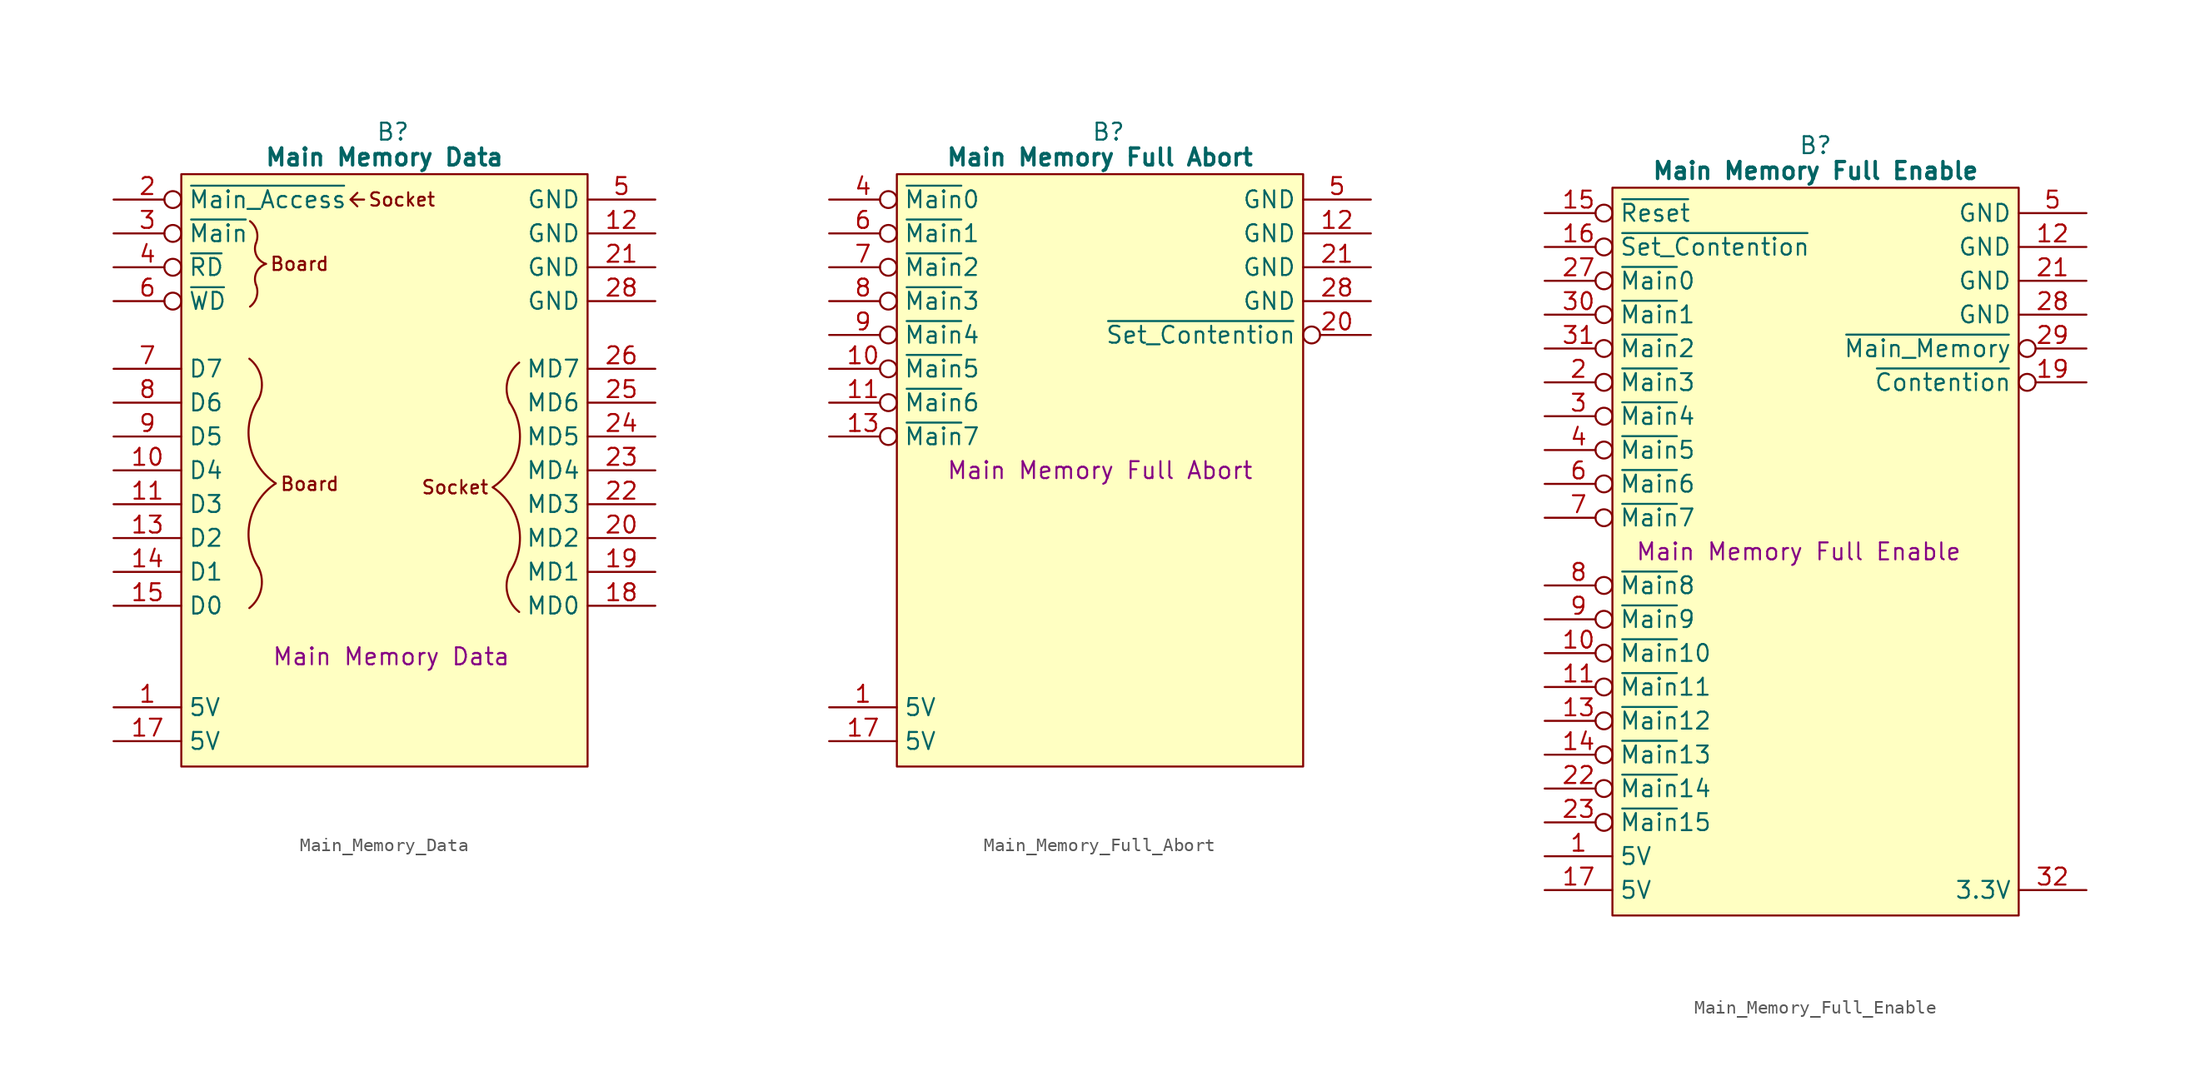
<source format=kicad_sym>
(kicad_symbol_lib
  (version 20241209)
  (generator "kicad_symbol_editor")
  (generator_version "9.0")
  (symbol "Main_Memory_Data"
    (property "Reference" "B"
      (at 15.875 5.08 0)
      (effects (font (size 1.27 1.27))))
    (property "Value" "Main Memory Data"
      (at 15.24 3.175 0)
      (effects (font (size 1.27 1.27) (bold yes))))
    (property "Description" "Main Memory Data"
      (at 15.748 -34.29 0)
      (effects (font (size 1.27 1.27))))
    (symbol "Main_Memory_Data_0_1"
      (polyline (pts (xy 0 1.905) (xy 30.48 1.905) (xy 30.48 -42.545) (xy 0 -42.545) (xy 0 1.905)) (stroke (width 0.152) (type default)) (fill (type background))))
    (symbol "Main_Memory_Data_1_0"
      (pin no_connect line (at 35.56 -40.64 180) (length 5.08) (hide yes) (name "N.C." (effects (font (size 1.27 1.27)))) (number "32" (effects (font (size 1.27 1.27))))))
    (symbol "Main_Memory_Data_1_1"
      (arc (start 5.814 -27.648) (mid 5.981 -29.2753) (end 5.103 -30.6554) (stroke (width 0) (type default)) (fill (type none)))
      (arc (start 5.103 -11.9406) (mid 5.9817 -13.3206) (end 5.814 -14.948) (stroke (width 0) (type default)) (fill (type none)))
      (arc (start 5.588 -6.35) (mid 5.6638 -7.2679) (end 5.154 -8.035) (stroke (width 0) (type default)) (fill (type none)))
      (arc (start 5.153 -1.618) (mid 5.6636 -2.3843) (end 5.588 -3.302) (stroke (width 0) (type default)) (fill (type none)))
      (arc (start 6.35 -4.826) (mid 5.6528 -4.2221) (end 5.588 -3.302) (stroke (width 0) (type default)) (fill (type none)))
      (arc (start 5.588 -6.35) (mid 5.6539 -5.4309) (end 6.35 -4.826) (stroke (width 0) (type default)) (fill (type none)))
      (arc (start 7.084 -21.298) (mid 5.1339 -18.386) (end 5.814 -14.948) (stroke (width 0) (type default)) (fill (type none)))
      (arc (start 5.814 -27.648) (mid 5.1339 -24.21) (end 7.084 -21.298) (stroke (width 0) (type default)) (fill (type none)))
      (polyline (pts (xy 12.7 0) (xy 13.208 -0.508)) (stroke (width 0) (type default)) (fill (type none)))
      (polyline (pts (xy 13.716 0) (xy 12.7 0) (xy 13.208 0.508)) (stroke (width 0) (type default)) (fill (type none)))
      (arc (start 24.6381 -15.24) (mid 25.3182 -18.678) (end 23.3681 -21.59) (stroke (width 0) (type default)) (fill (type none)))
      (arc (start 23.3681 -21.59) (mid 25.3182 -24.502) (end 24.6381 -27.94) (stroke (width 0) (type default)) (fill (type none)))
      (arc (start 25.3491 -30.9474) (mid 24.4703 -29.5674) (end 24.6381 -27.94) (stroke (width 0) (type default)) (fill (type none)))
      (arc (start 24.6381 -15.24) (mid 24.4737 -13.614) (end 25.3491 -12.2326) (stroke (width 0) (type default)) (fill (type none)))
      (text "Board" (at 6.604 -4.826 0) (effects (font (size 1 1)) (justify left)))
      (text "Board" (at 7.366 -21.336 0) (effects (font (size 1 1)) (justify left)))
      (text "Socket" (at 13.97 0 0) (effects (font (size 1 1)) (justify left)))
      (text "Socket" (at 23.114 -21.59 0) (effects (font (size 1 1)) (justify right)))
      (pin input inverted (at -5.08 0 0) (length 5.08) (name "~{Main_Access}" (effects (font (size 1.27 1.27)))) (number "2" (effects (font (size 1.27 1.27)))))
      (pin input inverted (at -5.08 -2.54 0) (length 5.08) (name "~{Main}" (effects (font (size 1.27 1.27)))) (number "3" (effects (font (size 1.27 1.27)))))
      (pin input inverted (at -5.08 -5.08 0) (length 5.08) (name "~{RD}" (effects (font (size 1.27 1.27)))) (number "4" (effects (font (size 1.27 1.27)))))
      (pin input inverted (at -5.08 -7.62 0) (length 5.08) (name "~{WD}" (effects (font (size 1.27 1.27)))) (number "6" (effects (font (size 1.27 1.27)))))
      (pin tri_state line (at -5.08 -12.7 0) (length 5.08) (name "D7" (effects (font (size 1.27 1.27)))) (number "7" (effects (font (size 1.27 1.27)))))
      (pin tri_state line (at -5.08 -15.24 0) (length 5.08) (name "D6" (effects (font (size 1.27 1.27)))) (number "8" (effects (font (size 1.27 1.27)))))
      (pin tri_state line (at -5.08 -17.78 0) (length 5.08) (name "D5" (effects (font (size 1.27 1.27)))) (number "9" (effects (font (size 1.27 1.27)))))
      (pin tri_state line (at -5.08 -20.32 0) (length 5.08) (name "D4" (effects (font (size 1.27 1.27)))) (number "10" (effects (font (size 1.27 1.27)))))
      (pin tri_state line (at -5.08 -22.86 0) (length 5.08) (name "D3" (effects (font (size 1.27 1.27)))) (number "11" (effects (font (size 1.27 1.27)))))
      (pin tri_state line (at -5.08 -25.4 0) (length 5.08) (name "D2" (effects (font (size 1.27 1.27)))) (number "13" (effects (font (size 1.27 1.27)))))
      (pin tri_state line (at -5.08 -27.94 0) (length 5.08) (name "D1" (effects (font (size 1.27 1.27)))) (number "14" (effects (font (size 1.27 1.27)))))
      (pin tri_state line (at -5.08 -30.48 0) (length 5.08) (name "D0" (effects (font (size 1.27 1.27)))) (number "15" (effects (font (size 1.27 1.27)))))
      (pin no_connect line (at -5.08 -33.02 0) (length 5.08) (hide yes) (name "N.C." (effects (font (size 1.27 1.27)))) (number "16" (effects (font (size 1.27 1.27)))))
      (pin no_connect line (at -5.08 -35.56 0) (length 5.08) (hide yes) (name "N.C." (effects (font (size 1.27 1.27)))) (number "27" (effects (font (size 1.27 1.27)))))
      (pin passive line (at -5.08 -38.1 0) (length 5.08) (name "5V" (effects (font (size 1.27 1.27)))) (number "1" (effects (font (size 1.27 1.27)))))
      (pin passive line (at -5.08 -40.64 0) (length 5.08) (name "5V" (effects (font (size 1.27 1.27)))) (number "17" (effects (font (size 1.27 1.27)))))
      (pin passive line (at 35.56 0 180) (length 5.08) (name "GND" (effects (font (size 1.27 1.27)))) (number "5" (effects (font (size 1.27 1.27)))))
      (pin passive line (at 35.56 -2.54 180) (length 5.08) (name "GND" (effects (font (size 1.27 1.27)))) (number "12" (effects (font (size 1.27 1.27)))))
      (pin passive line (at 35.56 -5.08 180) (length 5.08) (name "GND" (effects (font (size 1.27 1.27)))) (number "21" (effects (font (size 1.27 1.27)))))
      (pin passive line (at 35.56 -7.62 180) (length 5.08) (name "GND" (effects (font (size 1.27 1.27)))) (number "28" (effects (font (size 1.27 1.27)))))
      (pin tri_state line (at 35.56 -12.7 180) (length 5.08) (name "MD7" (effects (font (size 1.27 1.27)))) (number "26" (effects (font (size 1.27 1.27)))))
      (pin tri_state line (at 35.56 -15.24 180) (length 5.08) (name "MD6" (effects (font (size 1.27 1.27)))) (number "25" (effects (font (size 1.27 1.27)))))
      (pin tri_state line (at 35.56 -17.78 180) (length 5.08) (name "MD5" (effects (font (size 1.27 1.27)))) (number "24" (effects (font (size 1.27 1.27)))))
      (pin tri_state line (at 35.56 -20.32 180) (length 5.08) (name "MD4" (effects (font (size 1.27 1.27)))) (number "23" (effects (font (size 1.27 1.27)))))
      (pin tri_state line (at 35.56 -22.86 180) (length 5.08) (name "MD3" (effects (font (size 1.27 1.27)))) (number "22" (effects (font (size 1.27 1.27)))))
      (pin tri_state line (at 35.56 -25.4 180) (length 5.08) (name "MD2" (effects (font (size 1.27 1.27)))) (number "20" (effects (font (size 1.27 1.27)))))
      (pin tri_state line (at 35.56 -27.94 180) (length 5.08) (name "MD1" (effects (font (size 1.27 1.27)))) (number "19" (effects (font (size 1.27 1.27)))))
      (pin tri_state line (at 35.56 -30.48 180) (length 5.08) (name "MD0" (effects (font (size 1.27 1.27)))) (number "18" (effects (font (size 1.27 1.27)))))
      (pin no_connect line (at 35.56 -33.02 180) (length 5.08) (hide yes) (name "N.C." (effects (font (size 1.27 1.27)))) (number "29" (effects (font (size 1.27 1.27)))))
      (pin no_connect line (at 35.56 -35.56 180) (length 5.08) (hide yes) (name "N.C." (effects (font (size 1.27 1.27)))) (number "30" (effects (font (size 1.27 1.27)))))
      (pin no_connect line (at 35.56 -38.1 180) (length 5.08) (hide yes) (name "N.C." (effects (font (size 1.27 1.27)))) (number "31" (effects (font (size 1.27 1.27)))))))
  (symbol "Main_Memory_Full_Abort"
    (property "Reference" "B"
      (at 15.875 5.08 0)
      (effects (font (size 1.27 1.27))))
    (property "Value" "Main Memory Full Abort"
      (at 15.24 3.175 0)
      (effects (font (size 1.27 1.27) (bold yes))))
    (property "Description" "Main Memory Full Abort"
      (at 15.24 -20.32 0)
      (effects (font (size 1.27 1.27))))
    (symbol "Main_Memory_Full_Abort_0_1"
      (polyline (pts (xy 0 1.905) (xy 30.48 1.905) (xy 30.48 -42.545) (xy 0 -42.545) (xy 0 1.905)) (stroke (width 0.152) (type default)) (fill (type background))))
    (symbol "Main_Memory_Full_Abort_1_0"
      (pin no_connect line (at 35.56 -38.1 180) (length 5.08) (hide yes) (name "N.C." (effects (font (size 1.27 1.27)))) (number "32" (effects (font (size 1.27 1.27))))))
    (symbol "Main_Memory_Full_Abort_1_1"
      (pin input inverted (at -5.08 0 0) (length 5.08) (name "~{Main}0" (effects (font (size 1.27 1.27)))) (number "4" (effects (font (size 1.27 1.27)))))
      (pin input inverted (at -5.08 -2.54 0) (length 5.08) (name "~{Main}1" (effects (font (size 1.27 1.27)))) (number "6" (effects (font (size 1.27 1.27)))))
      (pin input inverted (at -5.08 -5.08 0) (length 5.08) (name "~{Main}2" (effects (font (size 1.27 1.27)))) (number "7" (effects (font (size 1.27 1.27)))))
      (pin input inverted (at -5.08 -7.62 0) (length 5.08) (name "~{Main}3" (effects (font (size 1.27 1.27)))) (number "8" (effects (font (size 1.27 1.27)))))
      (pin input inverted (at -5.08 -10.16 0) (length 5.08) (name "~{Main}4" (effects (font (size 1.27 1.27)))) (number "9" (effects (font (size 1.27 1.27)))))
      (pin input inverted (at -5.08 -12.7 0) (length 5.08) (name "~{Main}5" (effects (font (size 1.27 1.27)))) (number "10" (effects (font (size 1.27 1.27)))))
      (pin input inverted (at -5.08 -15.24 0) (length 5.08) (name "~{Main}6" (effects (font (size 1.27 1.27)))) (number "11" (effects (font (size 1.27 1.27)))))
      (pin input inverted (at -5.08 -17.78 0) (length 5.08) (name "~{Main}7" (effects (font (size 1.27 1.27)))) (number "13" (effects (font (size 1.27 1.27)))))
      (pin no_connect line (at -5.08 -22.86 0) (length 5.08) (hide yes) (name "N.C." (effects (font (size 1.27 1.27)))) (number "2" (effects (font (size 1.27 1.27)))))
      (pin no_connect line (at -5.08 -25.4 0) (length 5.08) (hide yes) (name "N.C." (effects (font (size 1.27 1.27)))) (number "3" (effects (font (size 1.27 1.27)))))
      (pin no_connect line (at -5.08 -27.94 0) (length 5.08) (hide yes) (name "N.C." (effects (font (size 1.27 1.27)))) (number "14" (effects (font (size 1.27 1.27)))))
      (pin no_connect line (at -5.08 -30.48 0) (length 5.08) (hide yes) (name "N.C." (effects (font (size 1.27 1.27)))) (number "15" (effects (font (size 1.27 1.27)))))
      (pin no_connect line (at -5.08 -33.02 0) (length 5.08) (hide yes) (name "N.C." (effects (font (size 1.27 1.27)))) (number "16" (effects (font (size 1.27 1.27)))))
      (pin no_connect line (at -5.08 -35.56 0) (length 5.08) (hide yes) (name "N.C." (effects (font (size 1.27 1.27)))) (number "18" (effects (font (size 1.27 1.27)))))
      (pin passive line (at -5.08 -38.1 0) (length 5.08) (name "5V" (effects (font (size 1.27 1.27)))) (number "1" (effects (font (size 1.27 1.27)))))
      (pin passive line (at -5.08 -40.64 0) (length 5.08) (name "5V" (effects (font (size 1.27 1.27)))) (number "17" (effects (font (size 1.27 1.27)))))
      (pin passive line (at 35.56 0 180) (length 5.08) (name "GND" (effects (font (size 1.27 1.27)))) (number "5" (effects (font (size 1.27 1.27)))))
      (pin passive line (at 35.56 -2.54 180) (length 5.08) (name "GND" (effects (font (size 1.27 1.27)))) (number "12" (effects (font (size 1.27 1.27)))))
      (pin passive line (at 35.56 -5.08 180) (length 5.08) (name "GND" (effects (font (size 1.27 1.27)))) (number "21" (effects (font (size 1.27 1.27)))))
      (pin passive line (at 35.56 -7.62 180) (length 5.08) (name "GND" (effects (font (size 1.27 1.27)))) (number "28" (effects (font (size 1.27 1.27)))))
      (pin output inverted (at 35.56 -10.16 180) (length 5.08) (name "~{Set_Contention}" (effects (font (size 1.27 1.27)))) (number "20" (effects (font (size 1.27 1.27)))))
      (pin no_connect line (at 35.56 -12.7 180) (length 5.08) (hide yes) (name "N.C." (effects (font (size 1.27 1.27)))) (number "22" (effects (font (size 1.27 1.27)))))
      (pin no_connect line (at 35.56 -15.24 180) (length 5.08) (hide yes) (name "N.C." (effects (font (size 1.27 1.27)))) (number "23" (effects (font (size 1.27 1.27)))))
      (pin no_connect line (at 35.56 -17.78 180) (length 5.08) (hide yes) (name "N.C." (effects (font (size 1.27 1.27)))) (number "24" (effects (font (size 1.27 1.27)))))
      (pin no_connect line (at 35.56 -22.86 180) (length 5.08) (hide yes) (name "N.C." (effects (font (size 1.27 1.27)))) (number "25" (effects (font (size 1.27 1.27)))))
      (pin no_connect line (at 35.56 -25.4 180) (length 5.08) (hide yes) (name "N.C." (effects (font (size 1.27 1.27)))) (number "26" (effects (font (size 1.27 1.27)))))
      (pin no_connect line (at 35.56 -27.94 180) (length 5.08) (hide yes) (name "N.C." (effects (font (size 1.27 1.27)))) (number "27" (effects (font (size 1.27 1.27)))))
      (pin no_connect line (at 35.56 -30.48 180) (length 5.08) (hide yes) (name "N.C." (effects (font (size 1.27 1.27)))) (number "29" (effects (font (size 1.27 1.27)))))
      (pin no_connect line (at 35.56 -33.02 180) (length 5.08) (hide yes) (name "N.C." (effects (font (size 1.27 1.27)))) (number "30" (effects (font (size 1.27 1.27)))))
      (pin no_connect line (at 35.56 -35.56 180) (length 5.08) (hide yes) (name "N.C." (effects (font (size 1.27 1.27)))) (number "31" (effects (font (size 1.27 1.27)))))
      (pin no_connect line (at 35.56 -40.64 180) (length 5.08) (hide yes) (name "N.C." (effects (font (size 1.27 1.27)))) (number "19" (effects (font (size 1.27 1.27)))))))
  (symbol "Main_Memory_Full_Enable"
    (property "Reference" "B"
      (at 15.24 5.08 0)
      (effects (font (size 1.27 1.27))))
    (property "Value" "Main Memory Full Enable"
      (at 15.24 3.175 0)
      (effects (font (size 1.27 1.27) (bold yes))))
    (property "Description" "Main Memory Full Enable"
      (at 13.97 -25.4 0)
      (effects (font (size 1.27 1.27))))
    (symbol "Main_Memory_Full_Enable_0_1"
      (polyline (pts (xy 0 1.905) (xy 30.48 1.905) (xy 30.48 -52.705) (xy 0 -52.705) (xy 0 1.905)) (stroke (width 0.152) (type default)) (fill (type background))))
    (symbol "Main_Memory_Full_Enable_1_0"
      (pin passive line (at 35.56 -50.8 180) (length 5.08) (name "3.3V" (effects (font (size 1.27 1.27)))) (number "32" (effects (font (size 1.27 1.27))))))
    (symbol "Main_Memory_Full_Enable_1_1"
      (pin input inverted (at -5.08 0 0) (length 5.08) (name "~{Reset}" (effects (font (size 1.27 1.27)))) (number "15" (effects (font (size 1.27 1.27)))))
      (pin input inverted (at -5.08 -2.54 0) (length 5.08) (name "~{Set_Contention}" (effects (font (size 1.27 1.27)))) (number "16" (effects (font (size 1.27 1.27)))))
      (pin input inverted (at -5.08 -5.08 0) (length 5.08) (name "~{Main}0" (effects (font (size 1.27 1.27)))) (number "27" (effects (font (size 1.27 1.27)))))
      (pin input inverted (at -5.08 -7.62 0) (length 5.08) (name "~{Main}1" (effects (font (size 1.27 1.27)))) (number "30" (effects (font (size 1.27 1.27)))))
      (pin input inverted (at -5.08 -10.16 0) (length 5.08) (name "~{Main}2" (effects (font (size 1.27 1.27)))) (number "31" (effects (font (size 1.27 1.27)))))
      (pin input inverted (at -5.08 -12.7 0) (length 5.08) (name "~{Main}3" (effects (font (size 1.27 1.27)))) (number "2" (effects (font (size 1.27 1.27)))))
      (pin input inverted (at -5.08 -15.24 0) (length 5.08) (name "~{Main}4" (effects (font (size 1.27 1.27)))) (number "3" (effects (font (size 1.27 1.27)))))
      (pin input inverted (at -5.08 -17.78 0) (length 5.08) (name "~{Main}5" (effects (font (size 1.27 1.27)))) (number "4" (effects (font (size 1.27 1.27)))))
      (pin input inverted (at -5.08 -20.32 0) (length 5.08) (name "~{Main}6" (effects (font (size 1.27 1.27)))) (number "6" (effects (font (size 1.27 1.27)))))
      (pin input inverted (at -5.08 -22.86 0) (length 5.08) (name "~{Main}7" (effects (font (size 1.27 1.27)))) (number "7" (effects (font (size 1.27 1.27)))))
      (pin input inverted (at -5.08 -27.94 0) (length 5.08) (name "~{Main}8" (effects (font (size 1.27 1.27)))) (number "8" (effects (font (size 1.27 1.27)))))
      (pin input inverted (at -5.08 -30.48 0) (length 5.08) (name "~{Main}9" (effects (font (size 1.27 1.27)))) (number "9" (effects (font (size 1.27 1.27)))))
      (pin input inverted (at -5.08 -33.02 0) (length 5.08) (name "~{Main}10" (effects (font (size 1.27 1.27)))) (number "10" (effects (font (size 1.27 1.27)))))
      (pin input inverted (at -5.08 -35.56 0) (length 5.08) (name "~{Main}11" (effects (font (size 1.27 1.27)))) (number "11" (effects (font (size 1.27 1.27)))))
      (pin input inverted (at -5.08 -38.1 0) (length 5.08) (name "~{Main}12" (effects (font (size 1.27 1.27)))) (number "13" (effects (font (size 1.27 1.27)))))
      (pin input inverted (at -5.08 -40.64 0) (length 5.08) (name "~{Main}13" (effects (font (size 1.27 1.27)))) (number "14" (effects (font (size 1.27 1.27)))))
      (pin input inverted (at -5.08 -43.18 0) (length 5.08) (name "~{Main}14" (effects (font (size 1.27 1.27)))) (number "22" (effects (font (size 1.27 1.27)))))
      (pin input inverted (at -5.08 -45.72 0) (length 5.08) (name "~{Main}15" (effects (font (size 1.27 1.27)))) (number "23" (effects (font (size 1.27 1.27)))))
      (pin passive line (at -5.08 -48.26 0) (length 5.08) (name "5V" (effects (font (size 1.27 1.27)))) (number "1" (effects (font (size 1.27 1.27)))))
      (pin passive line (at -5.08 -50.8 0) (length 5.08) (name "5V" (effects (font (size 1.27 1.27)))) (number "17" (effects (font (size 1.27 1.27)))))
      (pin passive line (at 35.56 0 180) (length 5.08) (name "GND" (effects (font (size 1.27 1.27)))) (number "5" (effects (font (size 1.27 1.27)))))
      (pin passive line (at 35.56 -2.54 180) (length 5.08) (name "GND" (effects (font (size 1.27 1.27)))) (number "12" (effects (font (size 1.27 1.27)))))
      (pin passive line (at 35.56 -5.08 180) (length 5.08) (name "GND" (effects (font (size 1.27 1.27)))) (number "21" (effects (font (size 1.27 1.27)))))
      (pin passive line (at 35.56 -7.62 180) (length 5.08) (name "GND" (effects (font (size 1.27 1.27)))) (number "28" (effects (font (size 1.27 1.27)))))
      (pin output inverted (at 35.56 -10.16 180) (length 5.08) (name "~{Main_Memory}" (effects (font (size 1.27 1.27)))) (number "29" (effects (font (size 1.27 1.27)))))
      (pin output inverted (at 35.56 -12.7 180) (length 5.08) (name "~{Contention}" (effects (font (size 1.27 1.27)))) (number "19" (effects (font (size 1.27 1.27)))))
      (pin no_connect line (at 35.56 -15.24 180) (length 5.08) (hide yes) (name "N.C." (effects (font (size 1.27 1.27)))) (number "18" (effects (font (size 1.27 1.27)))))
      (pin no_connect line (at 35.56 -17.78 180) (length 5.08) (hide yes) (name "N.C." (effects (font (size 1.27 1.27)))) (number "20" (effects (font (size 1.27 1.27)))))
      (pin no_connect line (at 35.56 -20.32 180) (length 5.08) (hide yes) (name "N.C." (effects (font (size 1.27 1.27)))) (number "24" (effects (font (size 1.27 1.27)))))
      (pin no_connect line (at 35.56 -22.86 180) (length 5.08) (hide yes) (name "N.C." (effects (font (size 1.27 1.27)))) (number "25" (effects (font (size 1.27 1.27)))))
      (pin no_connect line (at 35.56 -25.4 180) (length 5.08) (hide yes) (name "N.C." (effects (font (size 1.27 1.27)))) (number "26" (effects (font (size 1.27 1.27))))))))
</source>
